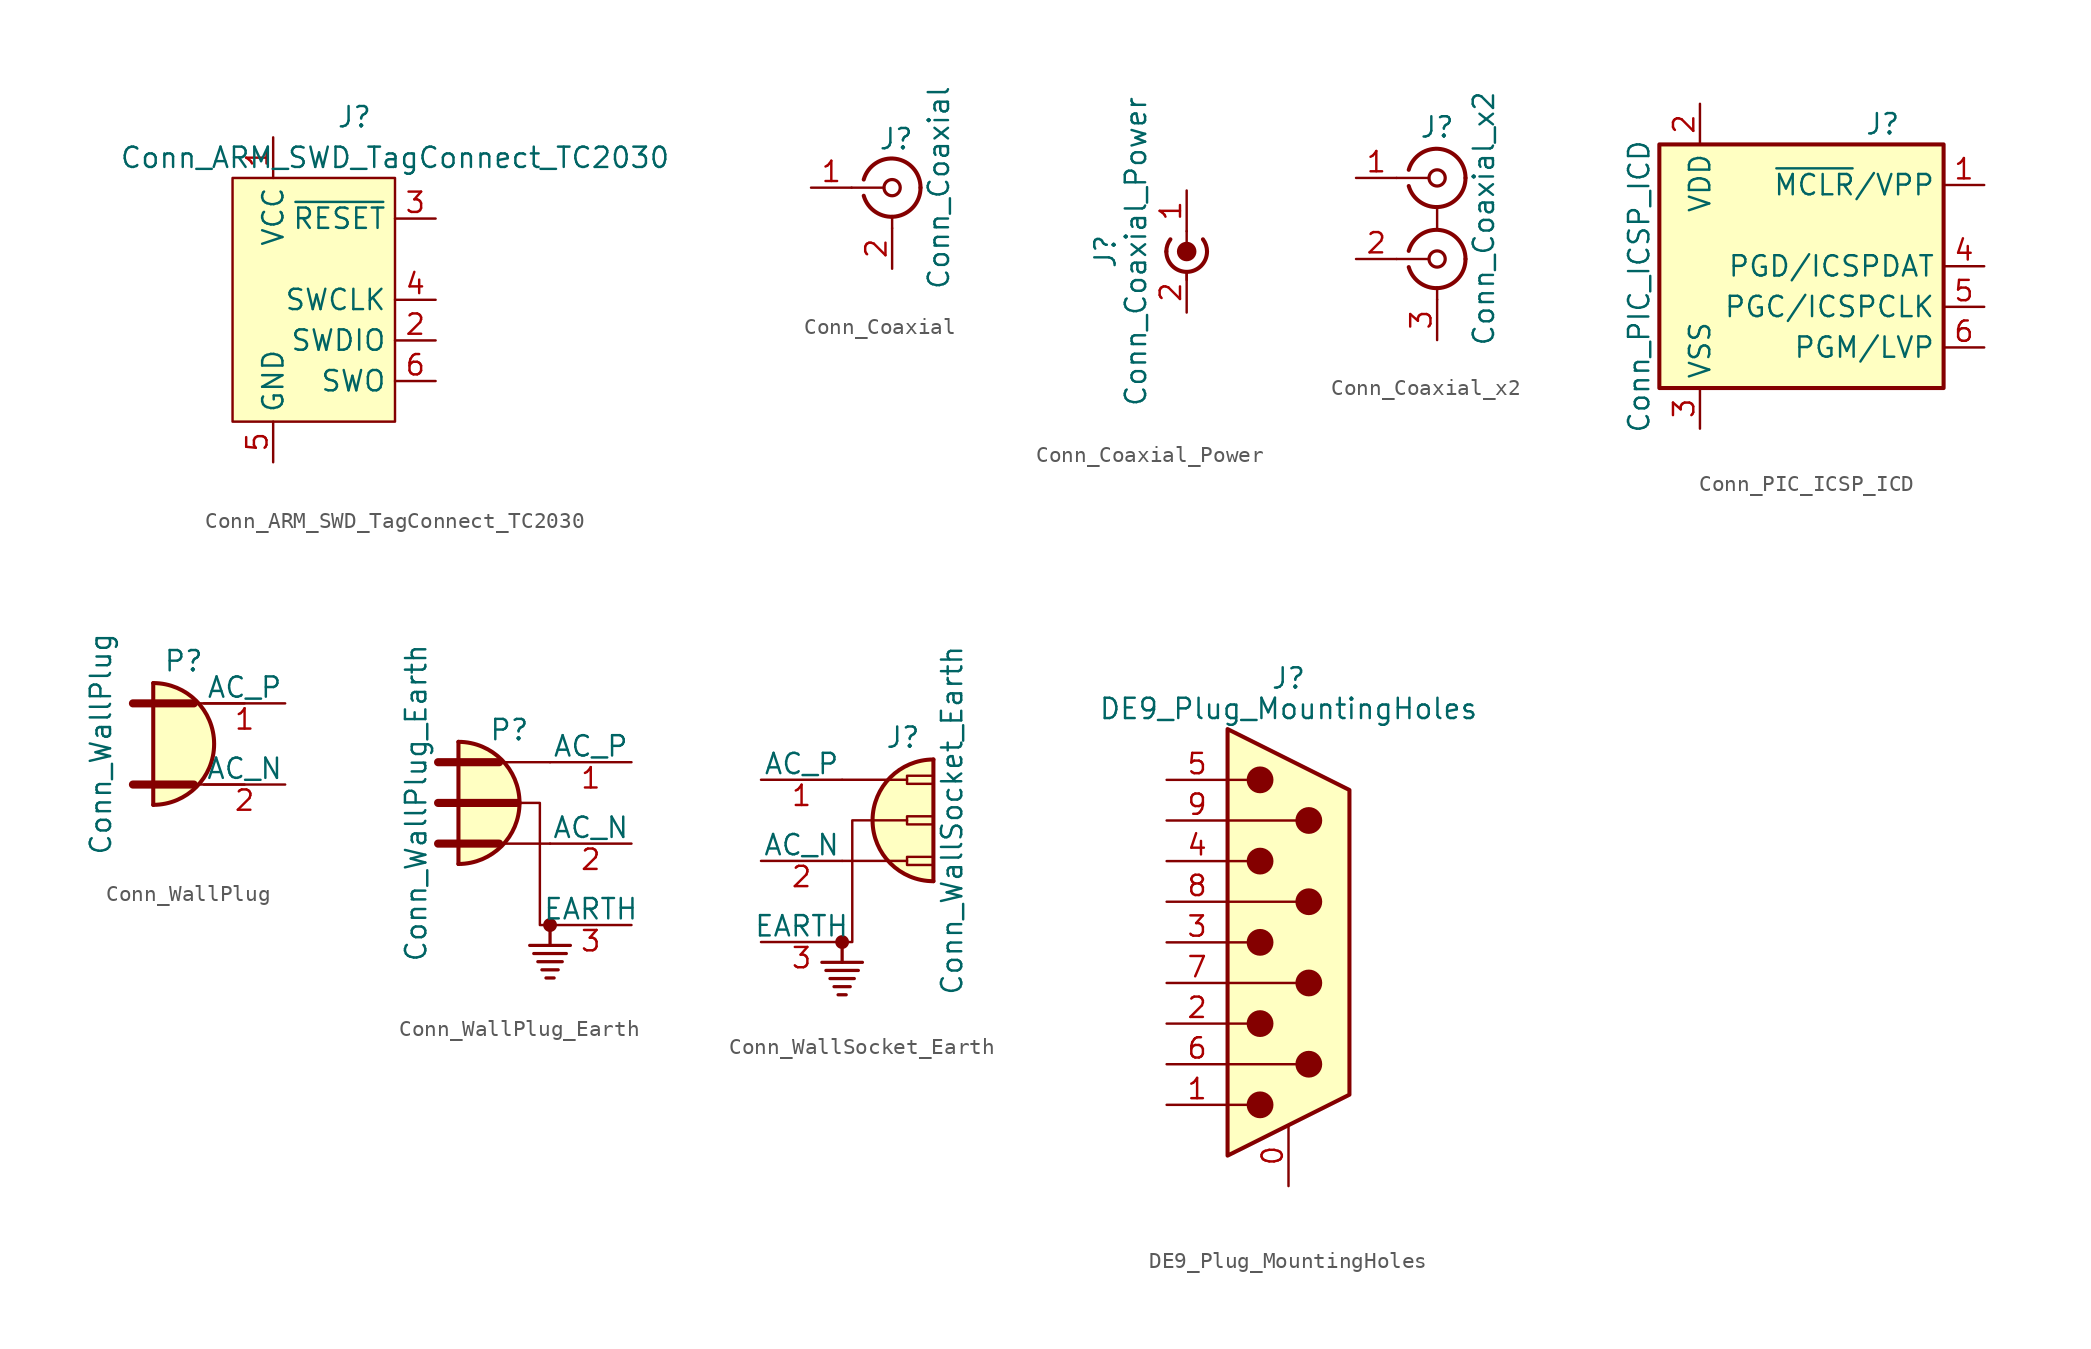
<source format=kicad_sym>
(kicad_symbol_lib
  (version 20241209)
  (generator "kicad_symbol_editor")
  (generator_version "9.0")
  (symbol "Conn_ARM_SWD_TagConnect_TC2030"
    (property "Reference" "J"
      (at 2.54 11.43 0)
      (effects (font (size 1.27 1.27))))
    (property "Value" "Conn_ARM_SWD_TagConnect_TC2030"
      (at 5.08 8.89 0)
      (effects (font (size 1.27 1.27))))
    (symbol "Conn_ARM_SWD_TagConnect_TC2030_0_0"
      (pin power_in line (at -2.54 10.16 270) (length 2.54) (name "VCC" (effects (font (size 1.27 1.27)))) (number "1" (effects (font (size 1.27 1.27)))))
      (pin power_in line (at -2.54 -10.16 90) (length 2.54) (name "GND" (effects (font (size 1.27 1.27)))) (number "5" (effects (font (size 1.27 1.27)))))
      (pin open_collector line (at 7.62 5.08 180) (length 2.54) (name "~{RESET}" (effects (font (size 1.27 1.27)))) (number "3" (effects (font (size 1.27 1.27)))))
      (pin output line (at 7.62 0 180) (length 2.54) (name "SWCLK" (effects (font (size 1.27 1.27)))) (number "4" (effects (font (size 1.27 1.27)))) (alternate "TCK" output line))
      (pin bidirectional line (at 7.62 -2.54 180) (length 2.54) (name "SWDIO" (effects (font (size 1.27 1.27)))) (number "2" (effects (font (size 1.27 1.27)))) (alternate "TMS" bidirectional line))
      (pin input line (at 7.62 -5.08 180) (length 2.54) (name "SWO" (effects (font (size 1.27 1.27)))) (number "6" (effects (font (size 1.27 1.27)))) (alternate "TDO" input line)))
    (symbol "Conn_ARM_SWD_TagConnect_TC2030_0_1"
      (rectangle (start -5.08 7.62) (end 5.08 -7.62) (stroke (width 0) (type default)) (fill (type background)))))
  (symbol "Conn_Coaxial"
    (pin_names
      (offset 1.016)
      (hide yes))
    (property "Reference" "J"
      (at 0.254 3.048 0)
      (effects (font (size 1.27 1.27))))
    (property "Value" "Conn_Coaxial"
      (at 2.921 0 90)
      (effects (font (size 1.27 1.27))))
    (symbol "Conn_Coaxial_0_1"
      (polyline (pts (xy -2.54 0) (xy -0.508 0)) (stroke (width 0) (type default)) (fill (type none)))
      (arc (start 1.778 0) (mid 0.222 -1.8079) (end -1.778 -0.508) (stroke (width 0.254) (type default)) (fill (type none)))
      (arc (start -1.778 0.508) (mid 0.2221 1.8084) (end 1.778 0) (stroke (width 0.254) (type default)) (fill (type none)))
      (circle (center 0 0) (radius 0.508) (stroke (width 0.203) (type default)) (fill (type none)))
      (polyline (pts (xy 0 -2.54) (xy 0 -1.778)) (stroke (width 0) (type default)) (fill (type none))))
    (symbol "Conn_Coaxial_1_1"
      (pin passive line (at -5.08 0 0) (length 2.54) (name "In" (effects (font (size 1.27 1.27)))) (number "1" (effects (font (size 1.27 1.27)))))
      (pin passive line (at 0 -5.08 90) (length 2.54) (name "Ext" (effects (font (size 1.27 1.27)))) (number "2" (effects (font (size 1.27 1.27)))))))
  (symbol "Conn_Coaxial_Power"
    (pin_names
      (offset 1.016)
      (hide yes))
    (property "Reference" "J"
      (at -5.08 -1.27 90)
      (effects (font (size 1.27 1.27))))
    (property "Value" "Conn_Coaxial_Power"
      (at -3.175 -1.27 90)
      (effects (font (size 1.27 1.27))))
    (symbol "Conn_Coaxial_Power_0_1"
      (arc (start 1.016 -0.508) (mid 1.2048 -0.8684) (end 1.27 -1.27) (stroke (width 0.254) (type default)) (fill (type none)))
      (polyline (pts (xy 0 0) (xy 0 -1.27)) (stroke (width 0) (type default)) (fill (type none)))
      (arc (start 1.27 -1.27) (mid 0 -2.5345) (end -1.27 -1.27) (stroke (width 0.254) (type default)) (fill (type none)))
      (arc (start -1.27 -1.27) (mid -1.2048 -0.8684) (end -1.016 -0.508) (stroke (width 0.254) (type default)) (fill (type none)))
      (circle (center 0 -1.27) (radius 0.508) (stroke (width 0.203) (type default)) (fill (type outline)))
      (polyline (pts (xy 0 -2.54) (xy 0 -3.048)) (stroke (width 0) (type default)) (fill (type none))))
    (symbol "Conn_Coaxial_Power_1_1"
      (pin passive line (at 0 2.54 270) (length 2.54) (name "In" (effects (font (size 1.27 1.27)))) (number "1" (effects (font (size 1.27 1.27)))))
      (pin passive line (at 0 -5.08 90) (length 2.54) (name "Ext" (effects (font (size 1.27 1.27)))) (number "2" (effects (font (size 1.27 1.27)))))))
  (symbol "Conn_Coaxial_x2"
    (pin_names
      (offset 1.016)
      (hide yes))
    (property "Reference" "J"
      (at 0 5.715 0)
      (effects (font (size 1.27 1.27))))
    (property "Value" "Conn_Coaxial_x2"
      (at 2.921 0 90)
      (effects (font (size 1.27 1.27))))
    (symbol "Conn_Coaxial_x2_0_1"
      (polyline (pts (xy -2.54 2.54) (xy -0.508 2.54)) (stroke (width 0) (type default)) (fill (type none)))
      (polyline (pts (xy -2.54 -2.54) (xy -0.508 -2.54)) (stroke (width 0) (type default)) (fill (type none)))
      (arc (start 1.778 2.54) (mid 0.222 0.7321) (end -1.778 2.032) (stroke (width 0.254) (type default)) (fill (type none)))
      (arc (start 1.778 -2.54) (mid 0.222 -4.3479) (end -1.778 -3.048) (stroke (width 0.254) (type default)) (fill (type none)))
      (arc (start -1.778 3.048) (mid 0.2221 4.3484) (end 1.778 2.54) (stroke (width 0.254) (type default)) (fill (type none)))
      (arc (start -1.778 -2.032) (mid 0.2221 -0.7316) (end 1.778 -2.54) (stroke (width 0.254) (type default)) (fill (type none)))
      (circle (center 0 2.54) (radius 0.508) (stroke (width 0.203) (type default)) (fill (type none)))
      (polyline (pts (xy 0 0.762) (xy 0 -0.635)) (stroke (width 0) (type default)) (fill (type none)))
      (circle (center 0 -2.54) (radius 0.508) (stroke (width 0.203) (type default)) (fill (type none)))
      (polyline (pts (xy 0 -5.08) (xy 0 -4.318)) (stroke (width 0) (type default)) (fill (type none))))
    (symbol "Conn_Coaxial_x2_1_1"
      (pin passive line (at -5.08 2.54 0) (length 2.54) (name "IN1" (effects (font (size 1.27 1.27)))) (number "1" (effects (font (size 1.27 1.27)))))
      (pin passive line (at -5.08 -2.54 0) (length 2.54) (name "IN2" (effects (font (size 1.27 1.27)))) (number "2" (effects (font (size 1.27 1.27)))))
      (pin passive line (at 0 -7.62 90) (length 2.54) (name "EXT" (effects (font (size 1.27 1.27)))) (number "3" (effects (font (size 1.27 1.27)))))))
  (symbol "Conn_PIC_ICSP_ICD"
    (property "Reference" "J"
      (at 6.35 8.89 0)
      (effects (font (size 1.27 1.27))))
    (property "Value" "Conn_PIC_ICSP_ICD"
      (at -8.89 -1.27 90)
      (effects (font (size 1.27 1.27))))
    (symbol "Conn_PIC_ICSP_ICD_0_1"
      (rectangle (start -7.62 7.62) (end 10.16 -7.62) (stroke (width 0.254) (type default)) (fill (type background))))
    (symbol "Conn_PIC_ICSP_ICD_1_1"
      (pin passive line (at -5.08 10.16 270) (length 2.54) (name "VDD" (effects (font (size 1.27 1.27)))) (number "2" (effects (font (size 1.27 1.27)))))
      (pin power_in line (at -5.08 -10.16 90) (length 2.54) (name "VSS" (effects (font (size 1.27 1.27)))) (number "3" (effects (font (size 1.27 1.27)))))
      (pin passive line (at 12.7 5.08 180) (length 2.54) (name "~{MCLR}/VPP" (effects (font (size 1.27 1.27)))) (number "1" (effects (font (size 1.27 1.27)))))
      (pin bidirectional line (at 12.7 0 180) (length 2.54) (name "PGD/ICSPDAT" (effects (font (size 1.27 1.27)))) (number "4" (effects (font (size 1.27 1.27)))))
      (pin output line (at 12.7 -2.54 180) (length 2.54) (name "PGC/ICSPCLK" (effects (font (size 1.27 1.27)))) (number "5" (effects (font (size 1.27 1.27)))))
      (pin output line (at 12.7 -5.08 180) (length 2.54) (name "PGM/LVP" (effects (font (size 1.27 1.27)))) (number "6" (effects (font (size 1.27 1.27)))))))
  (symbol "Conn_WallPlug"
    (pin_names
      (offset 0))
    (property "Reference" "P"
      (at -1.27 4.445 0)
      (effects (font (size 1.27 1.27)) (justify bottom)))
    (property "Value" "Conn_WallPlug"
      (at -5.715 0 90)
      (effects (font (size 1.27 1.27)) (justify bottom)))
    (symbol "Conn_WallPlug_0_1"
      (polyline (pts (xy -4.445 2.54) (xy -0.635 2.54)) (stroke (width 0.508) (type default)) (fill (type none)))
      (polyline (pts (xy -4.445 -2.54) (xy -0.635 -2.54)) (stroke (width 0.508) (type default)) (fill (type none)))
      (arc (start -3.175 3.81) (mid 0.6184 0) (end -3.175 -3.81) (stroke (width 0.254) (type default)) (fill (type background)))
      (polyline (pts (xy -3.175 -3.81) (xy -3.175 3.81)) (stroke (width 0.254) (type default)) (fill (type none)))
      (polyline (pts (xy -0.635 2.54) (xy 2.54 2.54)) (stroke (width 0) (type default)) (fill (type none)))
      (polyline (pts (xy -0.635 -2.54) (xy 2.54 -2.54)) (stroke (width 0) (type default)) (fill (type none))))
    (symbol "Conn_WallPlug_1_1"
      (pin power_out line (at 5.08 2.54 180) (length 5.08) (name "AC_P" (effects (font (size 1.27 1.27)))) (number "1" (effects (font (size 1.27 1.27)))))
      (pin power_out line (at 5.08 -2.54 180) (length 5.08) (name "AC_N" (effects (font (size 1.27 1.27)))) (number "2" (effects (font (size 1.27 1.27)))))))
  (symbol "Conn_WallPlug_Earth"
    (pin_names
      (offset 0))
    (property "Reference" "P"
      (at 0 3.81 0)
      (effects (font (size 1.27 1.27)) (justify bottom)))
    (property "Value" "Conn_WallPlug_Earth"
      (at -5.08 0 90)
      (effects (font (size 1.27 1.27)) (justify bottom)))
    (symbol "Conn_WallPlug_Earth_0_1"
      (polyline (pts (xy -4.445 2.54) (xy -0.635 2.54)) (stroke (width 0.508) (type default)) (fill (type none)))
      (polyline (pts (xy -4.445 0) (xy 0.508 0)) (stroke (width 0.508) (type default)) (fill (type none)))
      (polyline (pts (xy -4.445 -2.54) (xy -0.635 -2.54)) (stroke (width 0.508) (type default)) (fill (type none)))
      (arc (start -3.175 3.81) (mid 0.6184 0) (end -3.175 -3.81) (stroke (width 0.254) (type default)) (fill (type background)))
      (polyline (pts (xy -3.175 -3.81) (xy -3.175 3.81)) (stroke (width 0.254) (type default)) (fill (type none)))
      (polyline (pts (xy -0.635 2.54) (xy 2.54 2.54)) (stroke (width 0) (type default)) (fill (type none)))
      (polyline (pts (xy -0.635 -2.54) (xy 2.54 -2.54)) (stroke (width 0) (type default)) (fill (type none)))
      (polyline (pts (xy 1.524 -9.398) (xy 3.556 -9.398)) (stroke (width 0.203) (type default)) (fill (type none)))
      (polyline (pts (xy 1.778 -9.906) (xy 3.302 -9.906)) (stroke (width 0.203) (type default)) (fill (type none)))
      (polyline (pts (xy 2.032 -10.414) (xy 3.048 -10.414)) (stroke (width 0.203) (type default)) (fill (type none)))
      (polyline (pts (xy 2.286 -10.922) (xy 2.794 -10.922)) (stroke (width 0.203) (type default)) (fill (type none)))
      (polyline (pts (xy 2.54 -7.62) (xy 2.54 -8.89)) (stroke (width 0.203) (type default)) (fill (type none)))
      (polyline (pts (xy 2.54 -7.62) (xy 1.905 -7.62) (xy 1.905 0) (xy -4.445 0)) (stroke (width 0) (type default)) (fill (type none)))
      (circle (center 2.54 -7.62) (radius 0.356) (stroke (width 0) (type default)) (fill (type outline)))
      (polyline (pts (xy 3.81 -8.89) (xy 1.27 -8.89)) (stroke (width 0.203) (type default)) (fill (type none))))
    (symbol "Conn_WallPlug_Earth_1_1"
      (pin power_out line (at 7.62 2.54 180) (length 5.08) (name "AC_P" (effects (font (size 1.27 1.27)))) (number "1" (effects (font (size 1.27 1.27)))))
      (pin power_out line (at 7.62 -2.54 180) (length 5.08) (name "AC_N" (effects (font (size 1.27 1.27)))) (number "2" (effects (font (size 1.27 1.27)))))
      (pin passive line (at 7.62 -7.62 180) (length 5.08) (name "EARTH" (effects (font (size 1.27 1.27)))) (number "3" (effects (font (size 1.27 1.27)))))))
  (symbol "Conn_WallSocket_Earth"
    (pin_names
      (offset 0))
    (property "Reference" "J"
      (at 3.81 6.985 0)
      (effects (font (size 1.27 1.27)) (justify bottom)))
    (property "Value" "Conn_WallSocket_Earth"
      (at 7.62 2.54 90)
      (effects (font (size 1.27 1.27)) (justify bottom)))
    (symbol "Conn_WallSocket_Earth_0_1"
      (polyline (pts (xy -1.27 -6.35) (xy 1.27 -6.35)) (stroke (width 0.203) (type default)) (fill (type none)))
      (polyline (pts (xy 0 -5.08) (xy 0 -6.35)) (stroke (width 0.203) (type default)) (fill (type none)))
      (polyline (pts (xy 0 -5.08) (xy 0.635 -5.08) (xy 0.635 2.54) (xy 4.064 2.54)) (stroke (width 0) (type default)) (fill (type none)))
      (circle (center 0 -5.08) (radius 0.356) (stroke (width 0) (type default)) (fill (type outline)))
      (polyline (pts (xy 0.254 -8.382) (xy -0.254 -8.382)) (stroke (width 0.203) (type default)) (fill (type none)))
      (polyline (pts (xy 0.508 -7.874) (xy -0.508 -7.874)) (stroke (width 0.203) (type default)) (fill (type none)))
      (polyline (pts (xy 0.762 -7.366) (xy -0.762 -7.366)) (stroke (width 0.203) (type default)) (fill (type none)))
      (polyline (pts (xy 1.016 -6.858) (xy -1.016 -6.858)) (stroke (width 0.203) (type default)) (fill (type none)))
      (polyline (pts (xy 4.064 5.08) (xy 0 5.08)) (stroke (width 0) (type default)) (fill (type none)))
      (polyline (pts (xy 4.064 0) (xy 0 0)) (stroke (width 0) (type default)) (fill (type none)))
      (rectangle (start 5.715 4.826) (end 4.064 5.334) (stroke (width 0) (type default)) (fill (type none)))
      (rectangle (start 5.715 2.286) (end 4.064 2.794) (stroke (width 0) (type default)) (fill (type none)))
      (rectangle (start 5.715 -0.254) (end 4.064 0.254) (stroke (width 0) (type default)) (fill (type none)))
      (polyline (pts (xy 5.715 -1.27) (xy 5.715 6.35)) (stroke (width 0.254) (type default)) (fill (type none)))
      (arc (start 5.715 -1.27) (mid 1.9216 2.54) (end 5.715 6.35) (stroke (width 0.254) (type default)) (fill (type background))))
    (symbol "Conn_WallSocket_Earth_1_1"
      (pin power_in line (at -5.08 5.08 0) (length 5.08) (name "AC_P" (effects (font (size 1.27 1.27)))) (number "1" (effects (font (size 1.27 1.27)))))
      (pin power_in line (at -5.08 0 0) (length 5.08) (name "AC_N" (effects (font (size 1.27 1.27)))) (number "2" (effects (font (size 1.27 1.27)))))
      (pin passive line (at -5.08 -5.08 0) (length 5.08) (name "EARTH" (effects (font (size 1.27 1.27)))) (number "3" (effects (font (size 1.27 1.27)))))))
  (symbol "DE9_Plug_MountingHoles"
    (pin_names
      (offset 1.016)
      (hide yes))
    (property "Reference" "J"
      (at 0 16.51 0)
      (effects (font (size 1.27 1.27))))
    (property "Value" "DE9_Plug_MountingHoles"
      (at 0 14.605 0)
      (effects (font (size 1.27 1.27))))
    (symbol "DE9_Plug_MountingHoles_0_1"
      (polyline (pts (xy -3.81 10.16) (xy -2.54 10.16)) (stroke (width 0) (type default)) (fill (type none)))
      (polyline (pts (xy -3.81 7.62) (xy 0.508 7.62)) (stroke (width 0) (type default)) (fill (type none)))
      (polyline (pts (xy -3.81 5.08) (xy -2.54 5.08)) (stroke (width 0) (type default)) (fill (type none)))
      (polyline (pts (xy -3.81 2.54) (xy 0.508 2.54)) (stroke (width 0) (type default)) (fill (type none)))
      (polyline (pts (xy -3.81 0) (xy -2.54 0)) (stroke (width 0) (type default)) (fill (type none)))
      (polyline (pts (xy -3.81 -2.54) (xy 0.508 -2.54)) (stroke (width 0) (type default)) (fill (type none)))
      (polyline (pts (xy -3.81 -5.08) (xy -2.54 -5.08)) (stroke (width 0) (type default)) (fill (type none)))
      (polyline (pts (xy -3.81 -7.62) (xy 0.508 -7.62)) (stroke (width 0) (type default)) (fill (type none)))
      (polyline (pts (xy -3.81 -10.16) (xy -2.54 -10.16)) (stroke (width 0) (type default)) (fill (type none)))
      (polyline (pts (xy -3.81 -13.335) (xy -3.81 13.335) (xy 3.81 9.525) (xy 3.81 -9.525) (xy -3.81 -13.335)) (stroke (width 0.254) (type default)) (fill (type background)))
      (circle (center -1.778 10.16) (radius 0.762) (stroke (width 0) (type default)) (fill (type outline)))
      (circle (center -1.778 5.08) (radius 0.762) (stroke (width 0) (type default)) (fill (type outline)))
      (circle (center -1.778 0) (radius 0.762) (stroke (width 0) (type default)) (fill (type outline)))
      (circle (center -1.778 -5.08) (radius 0.762) (stroke (width 0) (type default)) (fill (type outline)))
      (circle (center -1.778 -10.16) (radius 0.762) (stroke (width 0) (type default)) (fill (type outline)))
      (circle (center 1.27 7.62) (radius 0.762) (stroke (width 0) (type default)) (fill (type outline)))
      (circle (center 1.27 2.54) (radius 0.762) (stroke (width 0) (type default)) (fill (type outline)))
      (circle (center 1.27 -2.54) (radius 0.762) (stroke (width 0) (type default)) (fill (type outline)))
      (circle (center 1.27 -7.62) (radius 0.762) (stroke (width 0) (type default)) (fill (type outline))))
    (symbol "DE9_Plug_MountingHoles_1_1"
      (pin passive line (at -7.62 10.16 0) (length 3.81) (name "5" (effects (font (size 1.27 1.27)))) (number "5" (effects (font (size 1.27 1.27)))))
      (pin passive line (at -7.62 7.62 0) (length 3.81) (name "9" (effects (font (size 1.27 1.27)))) (number "9" (effects (font (size 1.27 1.27)))))
      (pin passive line (at -7.62 5.08 0) (length 3.81) (name "4" (effects (font (size 1.27 1.27)))) (number "4" (effects (font (size 1.27 1.27)))))
      (pin passive line (at -7.62 2.54 0) (length 3.81) (name "8" (effects (font (size 1.27 1.27)))) (number "8" (effects (font (size 1.27 1.27)))))
      (pin passive line (at -7.62 0 0) (length 3.81) (name "3" (effects (font (size 1.27 1.27)))) (number "3" (effects (font (size 1.27 1.27)))))
      (pin passive line (at -7.62 -2.54 0) (length 3.81) (name "7" (effects (font (size 1.27 1.27)))) (number "7" (effects (font (size 1.27 1.27)))))
      (pin passive line (at -7.62 -5.08 0) (length 3.81) (name "2" (effects (font (size 1.27 1.27)))) (number "2" (effects (font (size 1.27 1.27)))))
      (pin passive line (at -7.62 -7.62 0) (length 3.81) (name "6" (effects (font (size 1.27 1.27)))) (number "6" (effects (font (size 1.27 1.27)))))
      (pin passive line (at -7.62 -10.16 0) (length 3.81) (name "1" (effects (font (size 1.27 1.27)))) (number "1" (effects (font (size 1.27 1.27)))))
      (pin passive line (at 0 -15.24 90) (length 3.81) (name "PAD" (effects (font (size 1.27 1.27)))) (number "0" (effects (font (size 1.27 1.27))))))))
</source>
